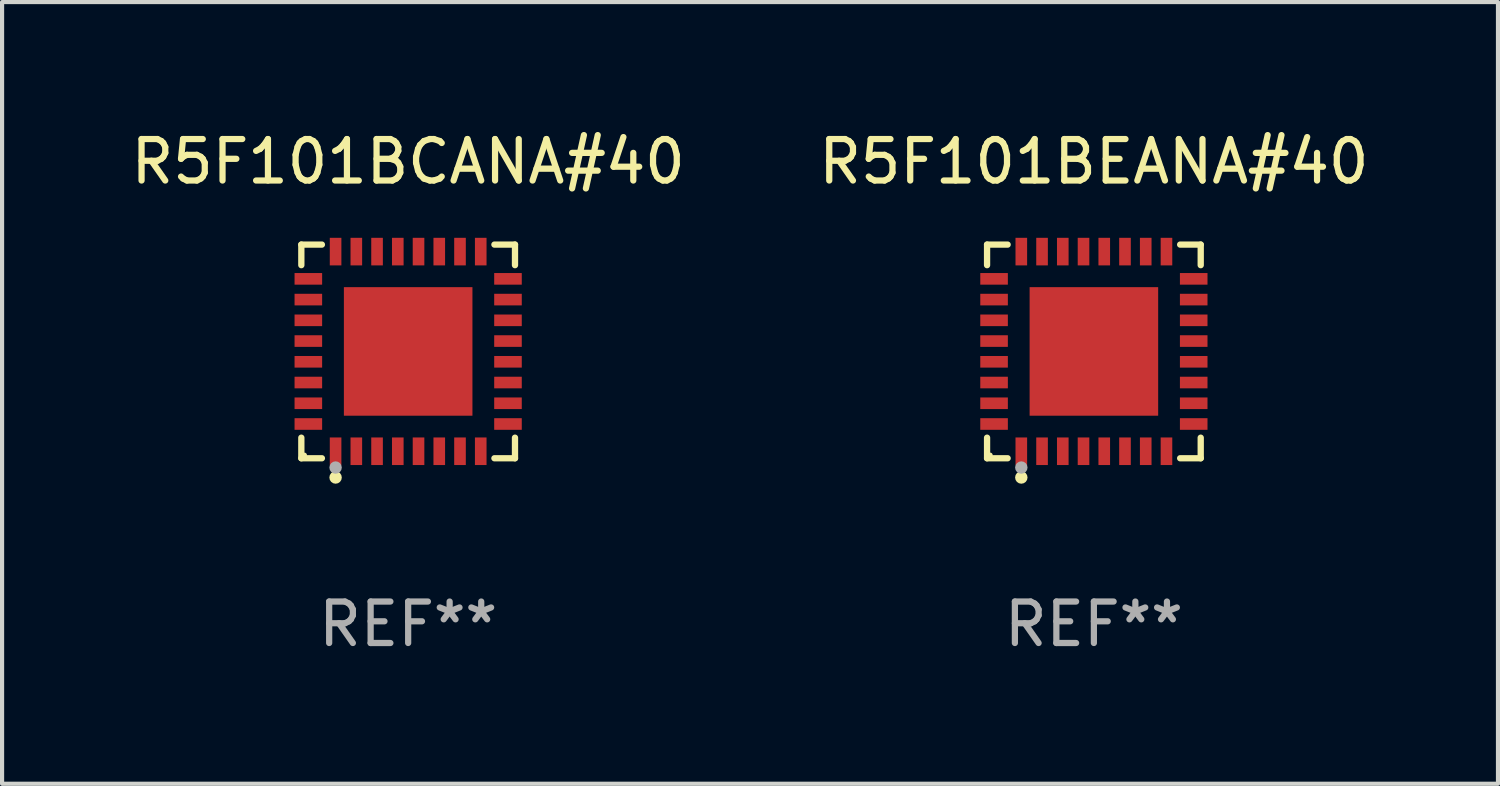
<source format=kicad_pcb>
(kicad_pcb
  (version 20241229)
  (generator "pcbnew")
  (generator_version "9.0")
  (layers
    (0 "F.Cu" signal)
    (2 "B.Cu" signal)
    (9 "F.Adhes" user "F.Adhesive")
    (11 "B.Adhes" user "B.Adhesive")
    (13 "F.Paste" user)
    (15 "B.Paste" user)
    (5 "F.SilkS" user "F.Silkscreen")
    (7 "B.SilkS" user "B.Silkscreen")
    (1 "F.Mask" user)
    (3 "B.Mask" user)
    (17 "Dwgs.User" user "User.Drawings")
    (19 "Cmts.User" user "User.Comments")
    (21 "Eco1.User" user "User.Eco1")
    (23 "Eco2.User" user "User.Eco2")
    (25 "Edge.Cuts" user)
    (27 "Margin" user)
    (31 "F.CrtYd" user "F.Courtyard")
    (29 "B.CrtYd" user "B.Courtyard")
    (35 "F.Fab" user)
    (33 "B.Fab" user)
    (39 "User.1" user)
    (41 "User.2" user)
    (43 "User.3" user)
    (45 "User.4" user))
  (footprint "R5F101BEANA#40"
    (layer "F.Cu")
    (at 23.327 5.424)
    (property "Reference" "R5F101BEANA#40" (at 0 -4.576 0) (layer "F.SilkS") (effects (font (size 1 1) (thickness 0.15))))
    (attr through_hole)
    (fp_line (start -2.576 -2.576) (end -2.08 -2.576) (stroke (width 0.152) (type solid)) (layer "F.SilkS"))
    (fp_line (start -2.576 -2.08) (end -2.576 -2.576) (stroke (width 0.152) (type solid)) (layer "F.SilkS"))
    (fp_line (start -2.576 2.08) (end -2.576 2.576) (stroke (width 0.152) (type solid)) (layer "F.SilkS"))
    (fp_line (start -2.576 2.576) (end -2.08 2.576) (stroke (width 0.152) (type solid)) (layer "F.SilkS"))
    (fp_line (start 2.576 -2.576) (end 2.08 -2.576) (stroke (width 0.152) (type solid)) (layer "F.SilkS"))
    (fp_line (start 2.576 -2.08) (end 2.576 -2.576) (stroke (width 0.152) (type solid)) (layer "F.SilkS"))
    (fp_line (start 2.576 2.08) (end 2.576 2.576) (stroke (width 0.152) (type solid)) (layer "F.SilkS"))
    (fp_line (start 2.576 2.576) (end 2.08 2.576) (stroke (width 0.152) (type solid)) (layer "F.SilkS"))
    (fp_circle (center -2.5 2.5) (end -2.47 2.5) (stroke (width 0.06) (type solid)) (fill no) (layer "F.SilkS"))
    (fp_circle (center -1.75 3.04) (end -1.675 3.04) (stroke (width 0.15) (type solid)) (fill no) (layer "F.SilkS"))
    (fp_circle (center -1.75 2.8) (end -1.675 2.8) (stroke (width 0.15) (type solid)) (fill no) (layer "F.Fab"))
    (fp_text user "REF**" (at 0 6.576 0) (layer "F.Fab") (effects (font (size 1 1) (thickness 0.15))))
    (pad "1" smd rect (at -1.75 2.407) (size 0.28 0.665) (layers "F.Cu" "F.Mask" "F.Paste"))
    (pad "2" smd rect (at -1.25 2.407) (size 0.28 0.665) (layers "F.Cu" "F.Mask" "F.Paste"))
    (pad "3" smd rect (at -0.75 2.407) (size 0.28 0.665) (layers "F.Cu" "F.Mask" "F.Paste"))
    (pad "4" smd rect (at -0.25 2.407) (size 0.28 0.665) (layers "F.Cu" "F.Mask" "F.Paste"))
    (pad "5" smd rect (at 0.25 2.407) (size 0.28 0.665) (layers "F.Cu" "F.Mask" "F.Paste"))
    (pad "6" smd rect (at 0.75 2.407) (size 0.28 0.665) (layers "F.Cu" "F.Mask" "F.Paste"))
    (pad "7" smd rect (at 1.25 2.407) (size 0.28 0.665) (layers "F.Cu" "F.Mask" "F.Paste"))
    (pad "8" smd rect (at 1.75 2.407) (size 0.28 0.665) (layers "F.Cu" "F.Mask" "F.Paste"))
    (pad "9" smd rect (at 2.407 1.75) (size 0.665 0.28) (layers "F.Cu" "F.Mask" "F.Paste"))
    (pad "10" smd rect (at 2.407 1.25) (size 0.665 0.28) (layers "F.Cu" "F.Mask" "F.Paste"))
    (pad "11" smd rect (at 2.407 0.75) (size 0.665 0.28) (layers "F.Cu" "F.Mask" "F.Paste"))
    (pad "12" smd rect (at 2.407 0.25) (size 0.665 0.28) (layers "F.Cu" "F.Mask" "F.Paste"))
    (pad "13" smd rect (at 2.407 -0.25) (size 0.665 0.28) (layers "F.Cu" "F.Mask" "F.Paste"))
    (pad "14" smd rect (at 2.407 -0.75) (size 0.665 0.28) (layers "F.Cu" "F.Mask" "F.Paste"))
    (pad "15" smd rect (at 2.407 -1.25) (size 0.665 0.28) (layers "F.Cu" "F.Mask" "F.Paste"))
    (pad "16" smd rect (at 2.407 -1.75) (size 0.665 0.28) (layers "F.Cu" "F.Mask" "F.Paste"))
    (pad "17" smd rect (at 1.75 -2.407) (size 0.28 0.665) (layers "F.Cu" "F.Mask" "F.Paste"))
    (pad "18" smd rect (at 1.25 -2.407) (size 0.28 0.665) (layers "F.Cu" "F.Mask" "F.Paste"))
    (pad "19" smd rect (at 0.75 -2.407) (size 0.28 0.665) (layers "F.Cu" "F.Mask" "F.Paste"))
    (pad "20" smd rect (at 0.25 -2.407) (size 0.28 0.665) (layers "F.Cu" "F.Mask" "F.Paste"))
    (pad "21" smd rect (at -0.25 -2.407) (size 0.28 0.665) (layers "F.Cu" "F.Mask" "F.Paste"))
    (pad "22" smd rect (at -0.75 -2.407) (size 0.28 0.665) (layers "F.Cu" "F.Mask" "F.Paste"))
    (pad "23" smd rect (at -1.25 -2.407) (size 0.28 0.665) (layers "F.Cu" "F.Mask" "F.Paste"))
    (pad "24" smd rect (at -1.75 -2.407) (size 0.28 0.665) (layers "F.Cu" "F.Mask" "F.Paste"))
    (pad "25" smd rect (at -2.407 -1.75) (size 0.665 0.28) (layers "F.Cu" "F.Mask" "F.Paste"))
    (pad "26" smd rect (at -2.407 -1.25) (size 0.665 0.28) (layers "F.Cu" "F.Mask" "F.Paste"))
    (pad "27" smd rect (at -2.407 -0.75) (size 0.665 0.28) (layers "F.Cu" "F.Mask" "F.Paste"))
    (pad "28" smd rect (at -2.407 -0.25) (size 0.665 0.28) (layers "F.Cu" "F.Mask" "F.Paste"))
    (pad "29" smd rect (at -2.407 0.25) (size 0.665 0.28) (layers "F.Cu" "F.Mask" "F.Paste"))
    (pad "30" smd rect (at -2.407 0.75) (size 0.665 0.28) (layers "F.Cu" "F.Mask" "F.Paste"))
    (pad "31" smd rect (at -2.407 1.25) (size 0.665 0.28) (layers "F.Cu" "F.Mask" "F.Paste"))
    (pad "32" smd rect (at -2.407 1.75) (size 0.665 0.28) (layers "F.Cu" "F.Mask" "F.Paste"))
    (pad "33" smd rect (at 0 0) (size 3.1 3.1) (layers "F.Cu" "F.Mask" "F.Paste")))
  (footprint "R5F101BCANA#40"
    (layer "F.Cu")
    (at 6.792 5.424)
    (property "Reference" "R5F101BCANA#40" (at 0 -4.576 0) (layer "F.SilkS") (effects (font (size 1 1) (thickness 0.15))))
    (attr through_hole)
    (fp_line (start -2.576 -2.576) (end -2.08 -2.576) (stroke (width 0.152) (type solid)) (layer "F.SilkS"))
    (fp_line (start -2.576 -2.08) (end -2.576 -2.576) (stroke (width 0.152) (type solid)) (layer "F.SilkS"))
    (fp_line (start -2.576 2.08) (end -2.576 2.576) (stroke (width 0.152) (type solid)) (layer "F.SilkS"))
    (fp_line (start -2.576 2.576) (end -2.08 2.576) (stroke (width 0.152) (type solid)) (layer "F.SilkS"))
    (fp_line (start 2.576 -2.576) (end 2.08 -2.576) (stroke (width 0.152) (type solid)) (layer "F.SilkS"))
    (fp_line (start 2.576 -2.08) (end 2.576 -2.576) (stroke (width 0.152) (type solid)) (layer "F.SilkS"))
    (fp_line (start 2.576 2.08) (end 2.576 2.576) (stroke (width 0.152) (type solid)) (layer "F.SilkS"))
    (fp_line (start 2.576 2.576) (end 2.08 2.576) (stroke (width 0.152) (type solid)) (layer "F.SilkS"))
    (fp_circle (center -2.5 2.5) (end -2.47 2.5) (stroke (width 0.06) (type solid)) (fill no) (layer "F.SilkS"))
    (fp_circle (center -1.75 3.04) (end -1.675 3.04) (stroke (width 0.15) (type solid)) (fill no) (layer "F.SilkS"))
    (fp_circle (center -1.75 2.8) (end -1.675 2.8) (stroke (width 0.15) (type solid)) (fill no) (layer "F.Fab"))
    (fp_text user "REF**" (at 0 6.576 0) (layer "F.Fab") (effects (font (size 1 1) (thickness 0.15))))
    (pad "1" smd rect (at -1.75 2.407) (size 0.28 0.665) (layers "F.Cu" "F.Mask" "F.Paste"))
    (pad "2" smd rect (at -1.25 2.407) (size 0.28 0.665) (layers "F.Cu" "F.Mask" "F.Paste"))
    (pad "3" smd rect (at -0.75 2.407) (size 0.28 0.665) (layers "F.Cu" "F.Mask" "F.Paste"))
    (pad "4" smd rect (at -0.25 2.407) (size 0.28 0.665) (layers "F.Cu" "F.Mask" "F.Paste"))
    (pad "5" smd rect (at 0.25 2.407) (size 0.28 0.665) (layers "F.Cu" "F.Mask" "F.Paste"))
    (pad "6" smd rect (at 0.75 2.407) (size 0.28 0.665) (layers "F.Cu" "F.Mask" "F.Paste"))
    (pad "7" smd rect (at 1.25 2.407) (size 0.28 0.665) (layers "F.Cu" "F.Mask" "F.Paste"))
    (pad "8" smd rect (at 1.75 2.407) (size 0.28 0.665) (layers "F.Cu" "F.Mask" "F.Paste"))
    (pad "9" smd rect (at 2.407 1.75) (size 0.665 0.28) (layers "F.Cu" "F.Mask" "F.Paste"))
    (pad "10" smd rect (at 2.407 1.25) (size 0.665 0.28) (layers "F.Cu" "F.Mask" "F.Paste"))
    (pad "11" smd rect (at 2.407 0.75) (size 0.665 0.28) (layers "F.Cu" "F.Mask" "F.Paste"))
    (pad "12" smd rect (at 2.407 0.25) (size 0.665 0.28) (layers "F.Cu" "F.Mask" "F.Paste"))
    (pad "13" smd rect (at 2.407 -0.25) (size 0.665 0.28) (layers "F.Cu" "F.Mask" "F.Paste"))
    (pad "14" smd rect (at 2.407 -0.75) (size 0.665 0.28) (layers "F.Cu" "F.Mask" "F.Paste"))
    (pad "15" smd rect (at 2.407 -1.25) (size 0.665 0.28) (layers "F.Cu" "F.Mask" "F.Paste"))
    (pad "16" smd rect (at 2.407 -1.75) (size 0.665 0.28) (layers "F.Cu" "F.Mask" "F.Paste"))
    (pad "17" smd rect (at 1.75 -2.407) (size 0.28 0.665) (layers "F.Cu" "F.Mask" "F.Paste"))
    (pad "18" smd rect (at 1.25 -2.407) (size 0.28 0.665) (layers "F.Cu" "F.Mask" "F.Paste"))
    (pad "19" smd rect (at 0.75 -2.407) (size 0.28 0.665) (layers "F.Cu" "F.Mask" "F.Paste"))
    (pad "20" smd rect (at 0.25 -2.407) (size 0.28 0.665) (layers "F.Cu" "F.Mask" "F.Paste"))
    (pad "21" smd rect (at -0.25 -2.407) (size 0.28 0.665) (layers "F.Cu" "F.Mask" "F.Paste"))
    (pad "22" smd rect (at -0.75 -2.407) (size 0.28 0.665) (layers "F.Cu" "F.Mask" "F.Paste"))
    (pad "23" smd rect (at -1.25 -2.407) (size 0.28 0.665) (layers "F.Cu" "F.Mask" "F.Paste"))
    (pad "24" smd rect (at -1.75 -2.407) (size 0.28 0.665) (layers "F.Cu" "F.Mask" "F.Paste"))
    (pad "25" smd rect (at -2.407 -1.75) (size 0.665 0.28) (layers "F.Cu" "F.Mask" "F.Paste"))
    (pad "26" smd rect (at -2.407 -1.25) (size 0.665 0.28) (layers "F.Cu" "F.Mask" "F.Paste"))
    (pad "27" smd rect (at -2.407 -0.75) (size 0.665 0.28) (layers "F.Cu" "F.Mask" "F.Paste"))
    (pad "28" smd rect (at -2.407 -0.25) (size 0.665 0.28) (layers "F.Cu" "F.Mask" "F.Paste"))
    (pad "29" smd rect (at -2.407 0.25) (size 0.665 0.28) (layers "F.Cu" "F.Mask" "F.Paste"))
    (pad "30" smd rect (at -2.407 0.75) (size 0.665 0.28) (layers "F.Cu" "F.Mask" "F.Paste"))
    (pad "31" smd rect (at -2.407 1.25) (size 0.665 0.28) (layers "F.Cu" "F.Mask" "F.Paste"))
    (pad "32" smd rect (at -2.407 1.75) (size 0.665 0.28) (layers "F.Cu" "F.Mask" "F.Paste"))
    (pad "33" smd rect (at 0 0) (size 3.1 3.1) (layers "F.Cu" "F.Mask" "F.Paste")))
  (gr_rect
    (start -3 -3)
    (end 33.071 15.849)
    (stroke (width 0.1) (type default))
    (fill no)
    (layer "Edge.Cuts")))
</source>
